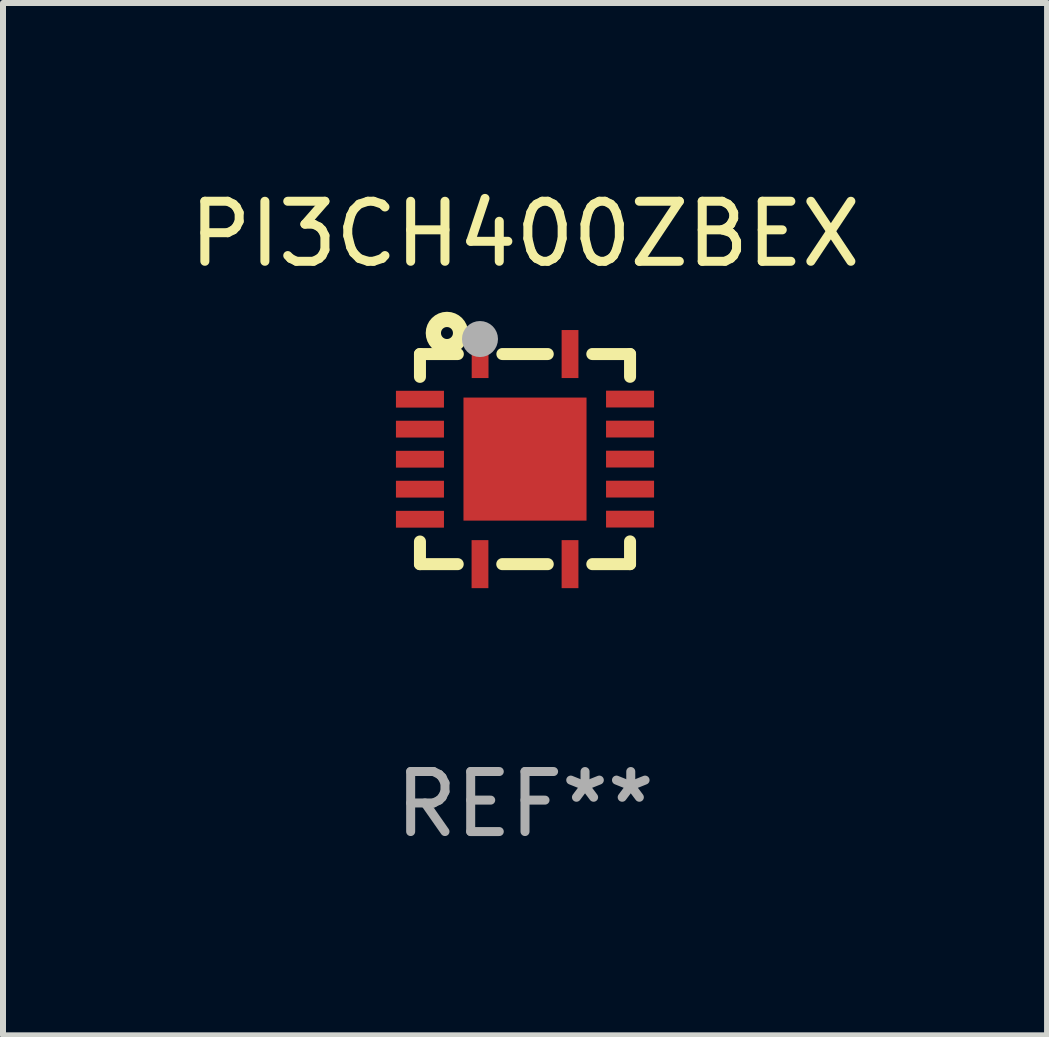
<source format=kicad_pcb>
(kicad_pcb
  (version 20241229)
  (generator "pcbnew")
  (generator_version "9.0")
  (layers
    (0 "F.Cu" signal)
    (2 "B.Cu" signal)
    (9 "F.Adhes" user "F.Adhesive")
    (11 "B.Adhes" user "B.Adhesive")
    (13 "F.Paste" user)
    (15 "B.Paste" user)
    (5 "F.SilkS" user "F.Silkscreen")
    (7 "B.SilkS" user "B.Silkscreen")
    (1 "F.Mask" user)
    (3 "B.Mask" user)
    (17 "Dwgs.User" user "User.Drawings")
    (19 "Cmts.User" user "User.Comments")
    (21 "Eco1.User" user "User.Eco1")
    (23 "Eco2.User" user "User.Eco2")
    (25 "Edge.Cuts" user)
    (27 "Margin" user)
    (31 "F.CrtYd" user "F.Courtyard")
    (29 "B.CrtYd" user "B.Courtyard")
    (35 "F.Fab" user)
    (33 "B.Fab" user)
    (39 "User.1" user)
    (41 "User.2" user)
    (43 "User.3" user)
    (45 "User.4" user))
  (footprint "PI3CH400ZBEX"
    (layer "F.Cu")
    (at 5.696 4.598)
    (property "Reference" "PI3CH400ZBEX" (at 0 -3.75 0) (layer "F.SilkS") (effects (font (size 1 1) (thickness 0.15))))
    (attr through_hole)
    (fp_line (start -1.75 -1.75) (end -1.75 -1.37) (stroke (width 0.2) (type solid)) (layer "F.SilkS"))
    (fp_line (start -1.75 1.373) (end -1.75 1.75) (stroke (width 0.2) (type solid)) (layer "F.SilkS"))
    (fp_line (start -1.75 1.75) (end -1.121 1.75) (stroke (width 0.2) (type solid)) (layer "F.SilkS"))
    (fp_line (start -1.119 -1.75) (end -1.75 -1.75) (stroke (width 0.2) (type solid)) (layer "F.SilkS"))
    (fp_line (start -0.379 1.75) (end 0.379 1.75) (stroke (width 0.2) (type solid)) (layer "F.SilkS"))
    (fp_line (start 0.379 -1.75) (end -0.377 -1.75) (stroke (width 0.2) (type solid)) (layer "F.SilkS"))
    (fp_line (start 1.121 1.75) (end 1.75 1.75) (stroke (width 0.2) (type solid)) (layer "F.SilkS"))
    (fp_line (start 1.75 -1.75) (end 1.121 -1.75) (stroke (width 0.2) (type solid)) (layer "F.SilkS"))
    (fp_line (start 1.75 -1.371) (end 1.75 -1.75) (stroke (width 0.2) (type solid)) (layer "F.SilkS"))
    (fp_line (start 1.75 1.75) (end 1.75 1.371) (stroke (width 0.2) (type solid)) (layer "F.SilkS"))
    (fp_circle (center -1.75 -1.75) (end -1.72 -1.75) (stroke (width 0.06) (type solid)) (fill no) (layer "F.SilkS"))
    (fp_circle (center -1.3 -2.1) (end -1.2 -2.1) (stroke (width 0.254) (type solid)) (fill no) (layer "F.SilkS"))
    (fp_circle (center -0.75 -2) (end -0.6 -2) (stroke (width 0.3) (type solid)) (fill no) (layer "F.Fab"))
    (fp_text user "REF**" (at 0 5.75 0) (layer "F.Fab") (effects (font (size 1 1) (thickness 0.15))))
    (pad "1" smd rect (at -0.748 -1.75) (size 0.28 0.8) (layers "F.Cu" "F.Mask" "F.Paste"))
    (pad "2" smd rect (at -1.75 -0.998) (size 0.8 0.28) (layers "F.Cu" "F.Mask" "F.Paste"))
    (pad "3" smd rect (at -1.75 -0.499) (size 0.8 0.28) (layers "F.Cu" "F.Mask" "F.Paste"))
    (pad "4" smd rect (at -1.75 0.002) (size 0.8 0.28) (layers "F.Cu" "F.Mask" "F.Paste"))
    (pad "5" smd rect (at -1.75 0.501) (size 0.8 0.28) (layers "F.Cu" "F.Mask" "F.Paste"))
    (pad "6" smd rect (at -1.75 1.002) (size 0.8 0.28) (layers "F.Cu" "F.Mask" "F.Paste"))
    (pad "7" smd rect (at -0.75 1.75) (size 0.28 0.8) (layers "F.Cu" "F.Mask" "F.Paste"))
    (pad "8" smd rect (at 0.75 1.75) (size 0.28 0.8) (layers "F.Cu" "F.Mask" "F.Paste"))
    (pad "9" smd rect (at 1.75 1) (size 0.8 0.28) (layers "F.Cu" "F.Mask" "F.Paste"))
    (pad "10" smd rect (at 1.75 0.5) (size 0.8 0.28) (layers "F.Cu" "F.Mask" "F.Paste"))
    (pad "11" smd rect (at 1.75 0.000025) (size 0.8 0.28) (layers "F.Cu" "F.Mask" "F.Paste"))
    (pad "12" smd rect (at 1.75 -0.5) (size 0.8 0.28) (layers "F.Cu" "F.Mask" "F.Paste"))
    (pad "13" smd rect (at 1.75 -1) (size 0.8 0.28) (layers "F.Cu" "F.Mask" "F.Paste"))
    (pad "14" smd rect (at 0.75 -1.75) (size 0.28 0.8) (layers "F.Cu" "F.Mask" "F.Paste"))
    (pad "15" smd rect (at 0 0.000025) (size 2.05 2.05) (layers "F.Cu" "F.Mask" "F.Paste")))
  (gr_rect
    (start -3 -3)
    (end 14.393 14.197)
    (stroke (width 0.1) (type default))
    (fill no)
    (layer "Edge.Cuts")))
</source>
